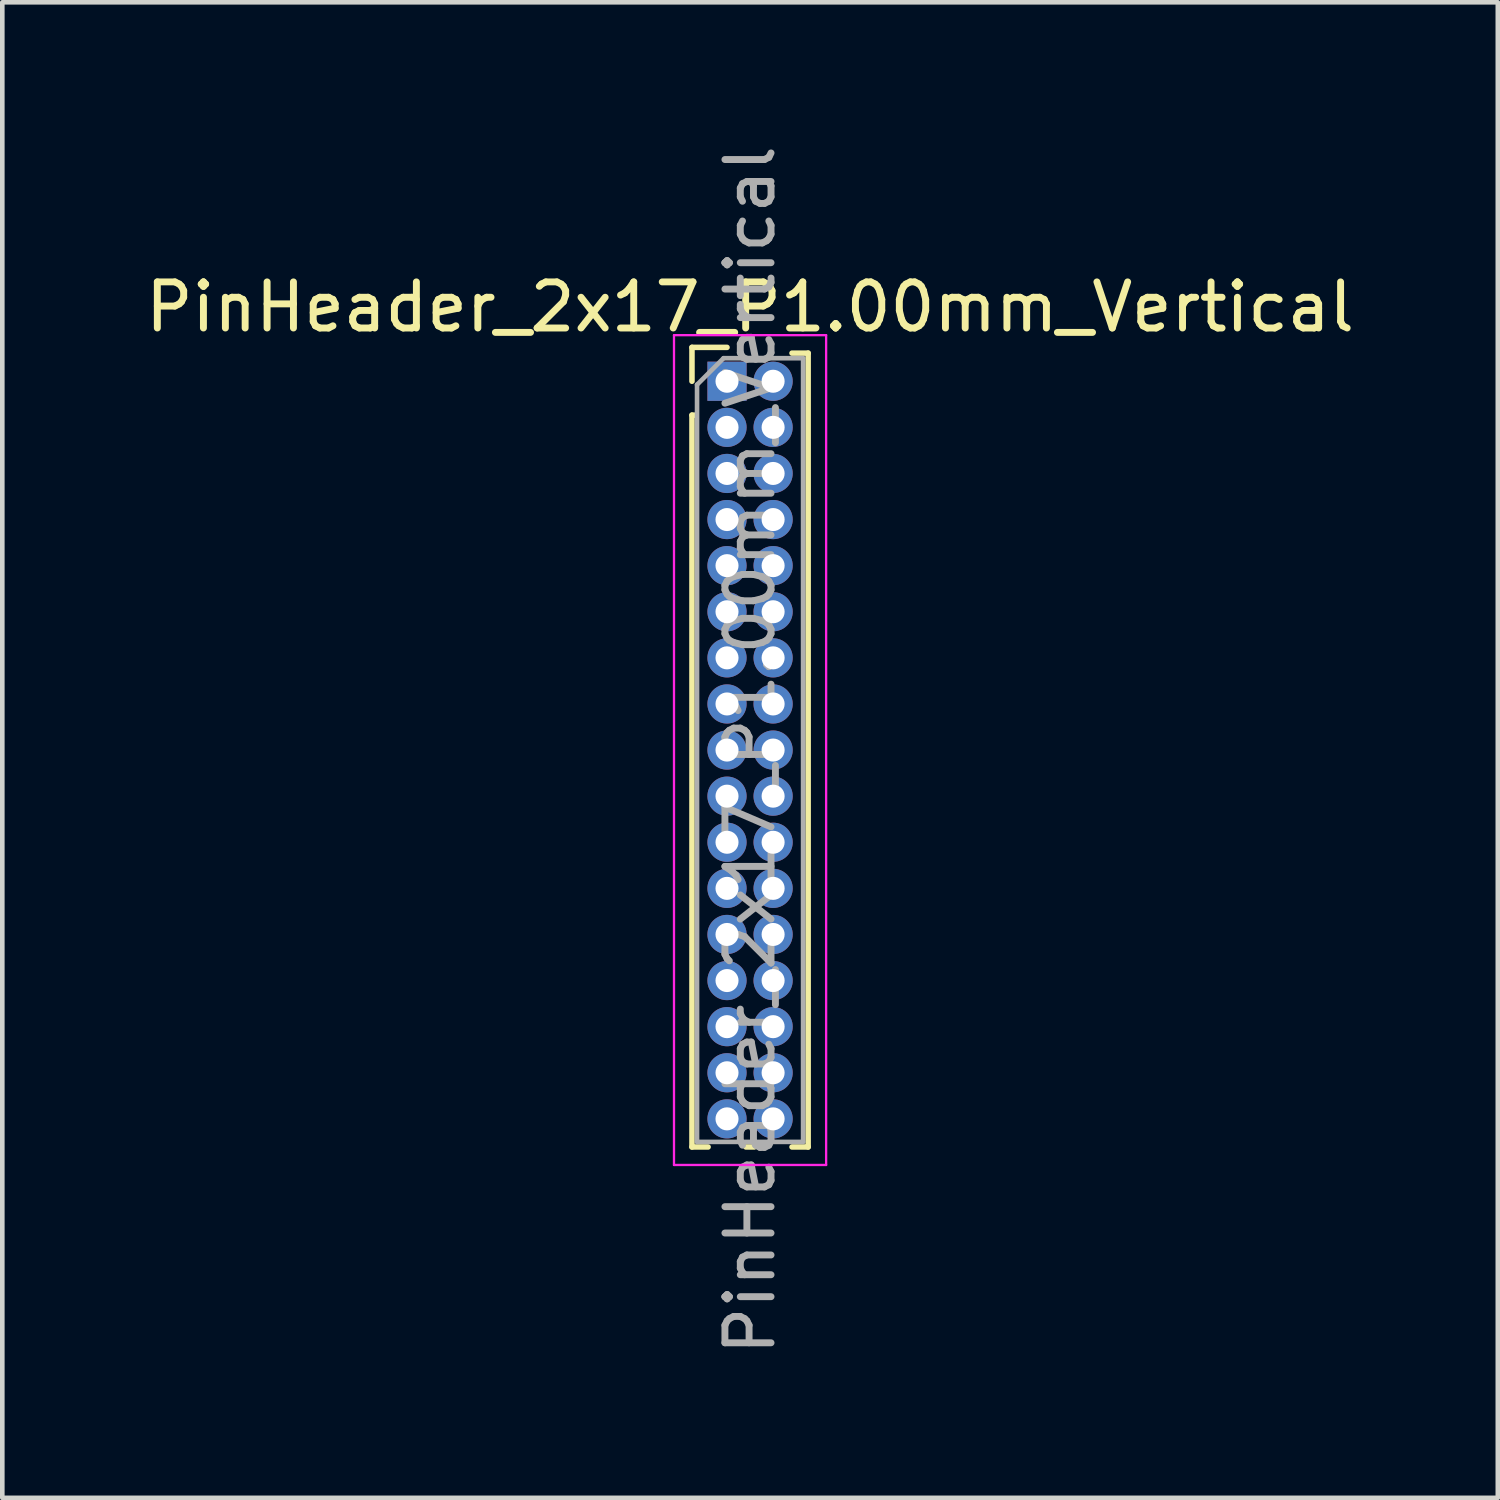
<source format=kicad_pcb>
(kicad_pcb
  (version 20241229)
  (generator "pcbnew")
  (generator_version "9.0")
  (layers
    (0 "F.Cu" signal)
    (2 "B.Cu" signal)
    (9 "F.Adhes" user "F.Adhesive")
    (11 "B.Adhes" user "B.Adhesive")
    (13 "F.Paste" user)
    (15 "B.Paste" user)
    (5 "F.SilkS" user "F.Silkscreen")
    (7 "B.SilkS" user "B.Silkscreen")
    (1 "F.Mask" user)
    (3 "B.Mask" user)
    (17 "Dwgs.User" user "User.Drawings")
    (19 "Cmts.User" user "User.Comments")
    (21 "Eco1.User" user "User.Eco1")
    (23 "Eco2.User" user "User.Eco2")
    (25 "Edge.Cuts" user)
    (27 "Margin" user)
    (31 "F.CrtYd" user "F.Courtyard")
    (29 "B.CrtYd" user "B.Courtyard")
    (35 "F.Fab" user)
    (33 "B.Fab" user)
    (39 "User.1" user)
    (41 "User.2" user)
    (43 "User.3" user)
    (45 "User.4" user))
  (footprint "PinHeader_2x17_P1.00mm_Vertical"
    (layer "F.Cu")
    (at 12.72 5.22)
    (property "Reference" "PinHeader_2x17_P1.00mm_Vertical" (at 0.5 -1.61 0) (layer "F.SilkS") (effects (font (size 1 1) (thickness 0.15))))
    (attr through_hole)
    (fp_line (start -0.76 -0.735) (end 0 -0.735) (stroke (width 0.12) (type solid)) (layer "F.SilkS"))
    (fp_line (start -0.76 0) (end -0.76 -0.735) (stroke (width 0.12) (type solid)) (layer "F.SilkS"))
    (fp_line (start -0.76 0.735) (end -0.76 16.61) (stroke (width 0.12) (type solid)) (layer "F.SilkS"))
    (fp_line (start -0.76 0.735) (end -0.686 0.735) (stroke (width 0.12) (type solid)) (layer "F.SilkS"))
    (fp_line (start -0.76 16.61) (end -0.41 16.61) (stroke (width 0.12) (type solid)) (layer "F.SilkS"))
    (fp_line (start 0.41 16.61) (end 0.59 16.61) (stroke (width 0.12) (type solid)) (layer "F.SilkS"))
    (fp_line (start 1.41 -0.61) (end 1.76 -0.61) (stroke (width 0.12) (type solid)) (layer "F.SilkS"))
    (fp_line (start 1.41 16.61) (end 1.76 16.61) (stroke (width 0.12) (type solid)) (layer "F.SilkS"))
    (fp_line (start 1.76 -0.61) (end 1.76 16.61) (stroke (width 0.12) (type solid)) (layer "F.SilkS"))
    (fp_line (start -1.15 -1) (end -1.15 17) (stroke (width 0.05) (type solid)) (layer "F.CrtYd"))
    (fp_line (start -1.15 17) (end 2.15 17) (stroke (width 0.05) (type solid)) (layer "F.CrtYd"))
    (fp_line (start 2.15 -1) (end -1.15 -1) (stroke (width 0.05) (type solid)) (layer "F.CrtYd"))
    (fp_line (start 2.15 17) (end 2.15 -1) (stroke (width 0.05) (type solid)) (layer "F.CrtYd"))
    (fp_line (start -0.65 0.075) (end -0.075 -0.5) (stroke (width 0.1) (type solid)) (layer "F.Fab"))
    (fp_line (start -0.65 16.5) (end -0.65 0.075) (stroke (width 0.1) (type solid)) (layer "F.Fab"))
    (fp_line (start -0.075 -0.5) (end 1.65 -0.5) (stroke (width 0.1) (type solid)) (layer "F.Fab"))
    (fp_line (start 1.65 -0.5) (end 1.65 16.5) (stroke (width 0.1) (type solid)) (layer "F.Fab"))
    (fp_line (start 1.65 16.5) (end -0.65 16.5) (stroke (width 0.1) (type solid)) (layer "F.Fab"))
    (fp_text user "${REFERENCE}" (at 0.5 8 90) (layer "F.Fab") (effects (font (size 1 1) (thickness 0.15))))
    (pad "1" thru_hole rect (at 0 0) (size 0.85 0.85) (drill 0.5) (layers "*.Cu" "*.Mask"))
    (pad "2" thru_hole circle (at 1 0) (size 0.85 0.85) (drill 0.5) (layers "*.Cu" "*.Mask"))
    (pad "3" thru_hole circle (at 0 1) (size 0.85 0.85) (drill 0.5) (layers "*.Cu" "*.Mask"))
    (pad "4" thru_hole circle (at 1 1) (size 0.85 0.85) (drill 0.5) (layers "*.Cu" "*.Mask"))
    (pad "5" thru_hole circle (at 0 2) (size 0.85 0.85) (drill 0.5) (layers "*.Cu" "*.Mask"))
    (pad "6" thru_hole circle (at 1 2) (size 0.85 0.85) (drill 0.5) (layers "*.Cu" "*.Mask"))
    (pad "7" thru_hole circle (at 0 3) (size 0.85 0.85) (drill 0.5) (layers "*.Cu" "*.Mask"))
    (pad "8" thru_hole circle (at 1 3) (size 0.85 0.85) (drill 0.5) (layers "*.Cu" "*.Mask"))
    (pad "9" thru_hole circle (at 0 4) (size 0.85 0.85) (drill 0.5) (layers "*.Cu" "*.Mask"))
    (pad "10" thru_hole circle (at 1 4) (size 0.85 0.85) (drill 0.5) (layers "*.Cu" "*.Mask"))
    (pad "11" thru_hole circle (at 0 5) (size 0.85 0.85) (drill 0.5) (layers "*.Cu" "*.Mask"))
    (pad "12" thru_hole circle (at 1 5) (size 0.85 0.85) (drill 0.5) (layers "*.Cu" "*.Mask"))
    (pad "13" thru_hole circle (at 0 6) (size 0.85 0.85) (drill 0.5) (layers "*.Cu" "*.Mask"))
    (pad "14" thru_hole circle (at 1 6) (size 0.85 0.85) (drill 0.5) (layers "*.Cu" "*.Mask"))
    (pad "15" thru_hole circle (at 0 7) (size 0.85 0.85) (drill 0.5) (layers "*.Cu" "*.Mask"))
    (pad "16" thru_hole circle (at 1 7) (size 0.85 0.85) (drill 0.5) (layers "*.Cu" "*.Mask"))
    (pad "17" thru_hole circle (at 0 8) (size 0.85 0.85) (drill 0.5) (layers "*.Cu" "*.Mask"))
    (pad "18" thru_hole circle (at 1 8) (size 0.85 0.85) (drill 0.5) (layers "*.Cu" "*.Mask"))
    (pad "19" thru_hole circle (at 0 9) (size 0.85 0.85) (drill 0.5) (layers "*.Cu" "*.Mask"))
    (pad "20" thru_hole circle (at 1 9) (size 0.85 0.85) (drill 0.5) (layers "*.Cu" "*.Mask"))
    (pad "21" thru_hole circle (at 0 10) (size 0.85 0.85) (drill 0.5) (layers "*.Cu" "*.Mask"))
    (pad "22" thru_hole circle (at 1 10) (size 0.85 0.85) (drill 0.5) (layers "*.Cu" "*.Mask"))
    (pad "23" thru_hole circle (at 0 11) (size 0.85 0.85) (drill 0.5) (layers "*.Cu" "*.Mask"))
    (pad "24" thru_hole circle (at 1 11) (size 0.85 0.85) (drill 0.5) (layers "*.Cu" "*.Mask"))
    (pad "25" thru_hole circle (at 0 12) (size 0.85 0.85) (drill 0.5) (layers "*.Cu" "*.Mask"))
    (pad "26" thru_hole circle (at 1 12) (size 0.85 0.85) (drill 0.5) (layers "*.Cu" "*.Mask"))
    (pad "27" thru_hole circle (at 0 13) (size 0.85 0.85) (drill 0.5) (layers "*.Cu" "*.Mask"))
    (pad "28" thru_hole circle (at 1 13) (size 0.85 0.85) (drill 0.5) (layers "*.Cu" "*.Mask"))
    (pad "29" thru_hole circle (at 0 14) (size 0.85 0.85) (drill 0.5) (layers "*.Cu" "*.Mask"))
    (pad "30" thru_hole circle (at 1 14) (size 0.85 0.85) (drill 0.5) (layers "*.Cu" "*.Mask"))
    (pad "31" thru_hole circle (at 0 15) (size 0.85 0.85) (drill 0.5) (layers "*.Cu" "*.Mask"))
    (pad "32" thru_hole circle (at 1 15) (size 0.85 0.85) (drill 0.5) (layers "*.Cu" "*.Mask"))
    (pad "33" thru_hole circle (at 0 16) (size 0.85 0.85) (drill 0.5) (layers "*.Cu" "*.Mask"))
    (pad "34" thru_hole circle (at 1 16) (size 0.85 0.85) (drill 0.5) (layers "*.Cu" "*.Mask")))
  (gr_rect
    (start -3 -3)
    (end 29.44 29.44)
    (stroke (width 0.1) (type default))
    (fill no)
    (layer "Edge.Cuts")))
</source>
